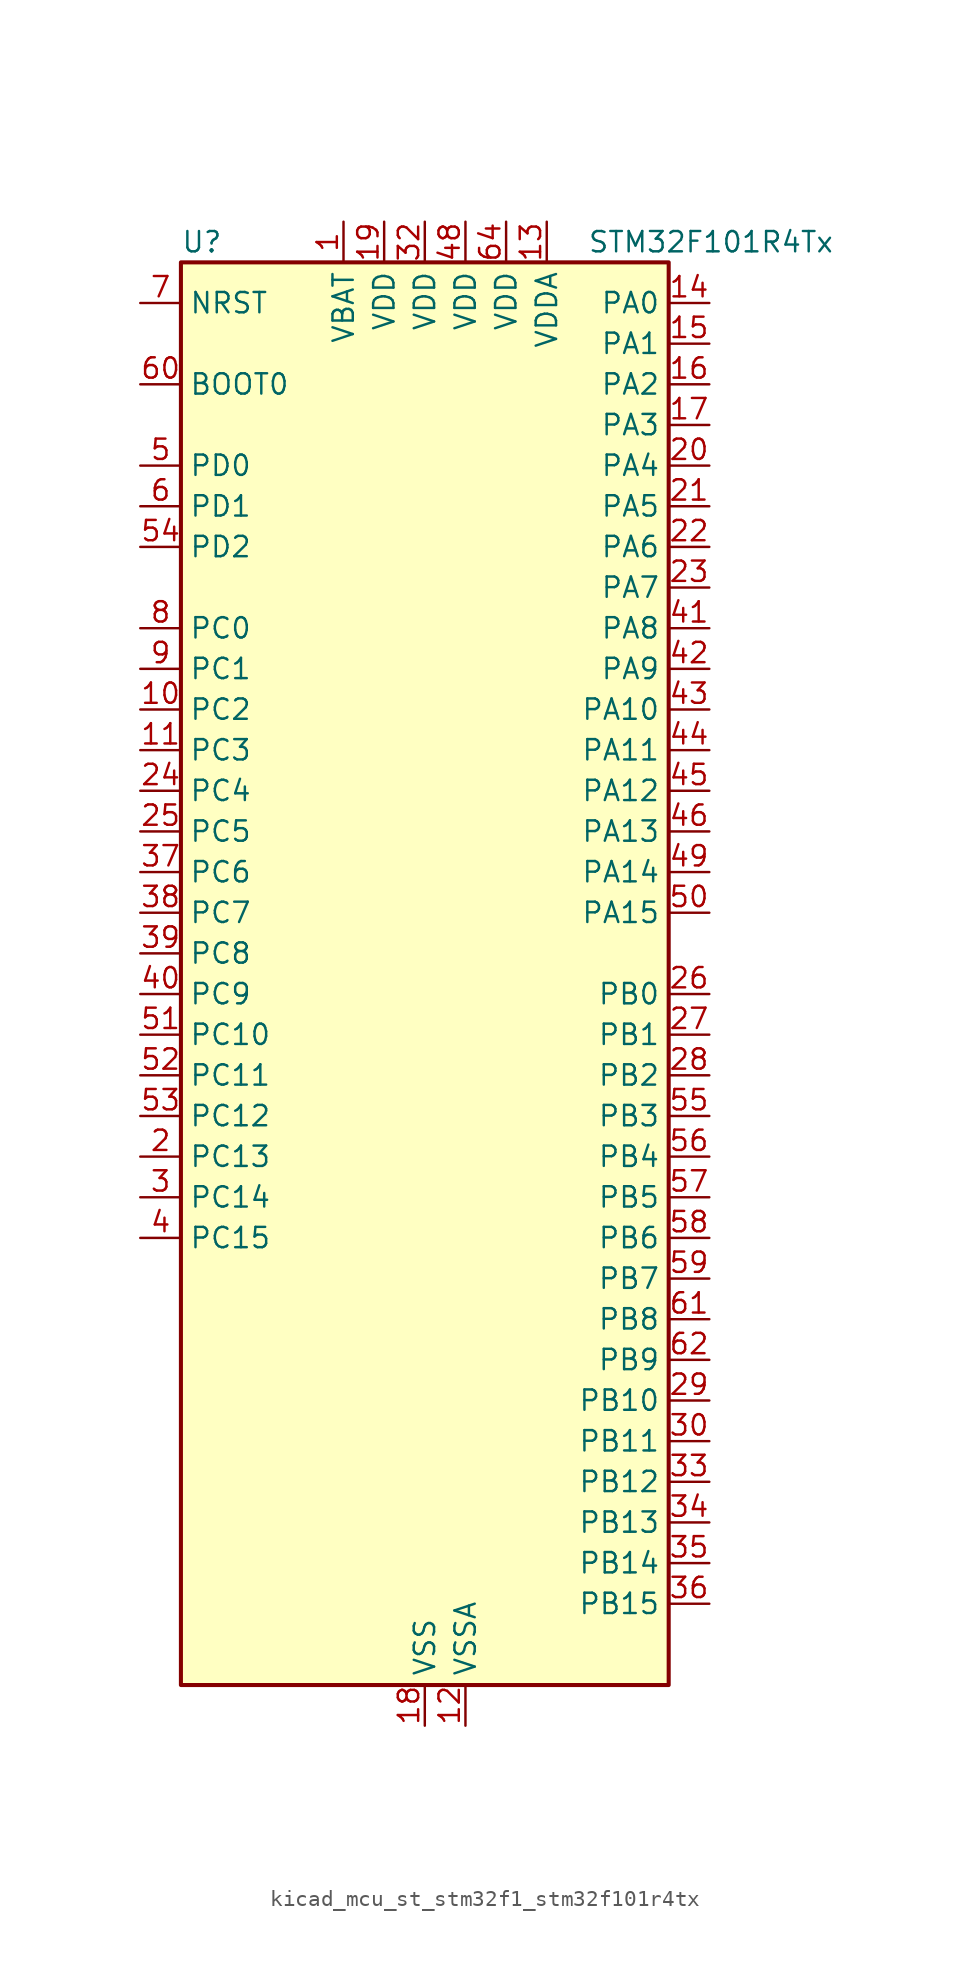
<source format=kicad_sym>
(kicad_symbol_lib
  (version 20220914)
  (generator kicad_symbol_editor)
  (symbol "kicad_mcu_st_stm32f1_stm32f101r4tx"
    (property "Reference" "U"
      (at -15.24 46.99 0)
      (effects (font (size 1.27 1.27)) (justify left)))
    (property "Value" "STM32F101R4Tx"
      (at 10.16 46.99 0)
      (effects (font (size 1.27 1.27)) (justify left)))
    (property "ki_locked" ""
      (at 0 0 0)
      (effects (font (size 1.27 1.27))))
    (symbol "kicad_mcu_st_stm32f1_stm32f101r4tx_0_1"
      (rectangle (start -15.24 -43.18) (end 15.24 45.72) (stroke (width 0.254) (type default)) (fill (type background))))
    (symbol "kicad_mcu_st_stm32f1_stm32f101r4tx_1_1"
      (pin power_in line (at -5.08 48.26 270) (length 2.54) (name "VBAT" (effects (font (size 1.27 1.27)))) (number "1" (effects (font (size 1.27 1.27)))))
      (pin bidirectional line (at -17.78 17.78 0) (length 2.54) (name "PC2" (effects (font (size 1.27 1.27)))) (number "10" (effects (font (size 1.27 1.27)))) (alternate "ADC1_IN12" bidirectional line))
      (pin bidirectional line (at -17.78 15.24 0) (length 2.54) (name "PC3" (effects (font (size 1.27 1.27)))) (number "11" (effects (font (size 1.27 1.27)))) (alternate "ADC1_IN13" bidirectional line))
      (pin power_in line (at 2.54 -45.72 90) (length 2.54) (name "VSSA" (effects (font (size 1.27 1.27)))) (number "12" (effects (font (size 1.27 1.27)))))
      (pin power_in line (at 7.62 48.26 270) (length 2.54) (name "VDDA" (effects (font (size 1.27 1.27)))) (number "13" (effects (font (size 1.27 1.27)))))
      (pin bidirectional line (at 17.78 43.18 180) (length 2.54) (name "PA0" (effects (font (size 1.27 1.27)))) (number "14" (effects (font (size 1.27 1.27)))) (alternate "ADC1_IN0" bidirectional line) (alternate "SYS_WKUP" bidirectional line) (alternate "TIM2_CH1" bidirectional line) (alternate "TIM2_ETR" bidirectional line) (alternate "USART2_CTS" bidirectional line))
      (pin bidirectional line (at 17.78 40.64 180) (length 2.54) (name "PA1" (effects (font (size 1.27 1.27)))) (number "15" (effects (font (size 1.27 1.27)))) (alternate "ADC1_IN1" bidirectional line) (alternate "TIM2_CH2" bidirectional line) (alternate "USART2_RTS" bidirectional line))
      (pin bidirectional line (at 17.78 38.1 180) (length 2.54) (name "PA2" (effects (font (size 1.27 1.27)))) (number "16" (effects (font (size 1.27 1.27)))) (alternate "ADC1_IN2" bidirectional line) (alternate "TIM2_CH3" bidirectional line) (alternate "USART2_TX" bidirectional line))
      (pin bidirectional line (at 17.78 35.56 180) (length 2.54) (name "PA3" (effects (font (size 1.27 1.27)))) (number "17" (effects (font (size 1.27 1.27)))) (alternate "ADC1_IN3" bidirectional line) (alternate "TIM2_CH4" bidirectional line) (alternate "USART2_RX" bidirectional line))
      (pin power_in line (at 0 -45.72 90) (length 2.54) (name "VSS" (effects (font (size 1.27 1.27)))) (number "18" (effects (font (size 1.27 1.27)))))
      (pin power_in line (at -2.54 48.26 270) (length 2.54) (name "VDD" (effects (font (size 1.27 1.27)))) (number "19" (effects (font (size 1.27 1.27)))))
      (pin bidirectional line (at -17.78 -10.16 0) (length 2.54) (name "PC13" (effects (font (size 1.27 1.27)))) (number "2" (effects (font (size 1.27 1.27)))) (alternate "RTC_OUT" bidirectional line) (alternate "RTC_TAMPER" bidirectional line))
      (pin bidirectional line (at 17.78 33.02 180) (length 2.54) (name "PA4" (effects (font (size 1.27 1.27)))) (number "20" (effects (font (size 1.27 1.27)))) (alternate "ADC1_IN4" bidirectional line) (alternate "SPI1_NSS" bidirectional line) (alternate "USART2_CK" bidirectional line))
      (pin bidirectional line (at 17.78 30.48 180) (length 2.54) (name "PA5" (effects (font (size 1.27 1.27)))) (number "21" (effects (font (size 1.27 1.27)))) (alternate "ADC1_IN5" bidirectional line) (alternate "SPI1_SCK" bidirectional line))
      (pin bidirectional line (at 17.78 27.94 180) (length 2.54) (name "PA6" (effects (font (size 1.27 1.27)))) (number "22" (effects (font (size 1.27 1.27)))) (alternate "ADC1_IN6" bidirectional line) (alternate "SPI1_MISO" bidirectional line) (alternate "TIM3_CH1" bidirectional line))
      (pin bidirectional line (at 17.78 25.4 180) (length 2.54) (name "PA7" (effects (font (size 1.27 1.27)))) (number "23" (effects (font (size 1.27 1.27)))) (alternate "ADC1_IN7" bidirectional line) (alternate "SPI1_MOSI" bidirectional line) (alternate "TIM3_CH2" bidirectional line))
      (pin bidirectional line (at -17.78 12.7 0) (length 2.54) (name "PC4" (effects (font (size 1.27 1.27)))) (number "24" (effects (font (size 1.27 1.27)))) (alternate "ADC1_IN14" bidirectional line))
      (pin bidirectional line (at -17.78 10.16 0) (length 2.54) (name "PC5" (effects (font (size 1.27 1.27)))) (number "25" (effects (font (size 1.27 1.27)))) (alternate "ADC1_IN15" bidirectional line))
      (pin bidirectional line (at 17.78 0 180) (length 2.54) (name "PB0" (effects (font (size 1.27 1.27)))) (number "26" (effects (font (size 1.27 1.27)))) (alternate "ADC1_IN8" bidirectional line) (alternate "TIM3_CH3" bidirectional line))
      (pin bidirectional line (at 17.78 -2.54 180) (length 2.54) (name "PB1" (effects (font (size 1.27 1.27)))) (number "27" (effects (font (size 1.27 1.27)))) (alternate "ADC1_IN9" bidirectional line) (alternate "TIM3_CH4" bidirectional line))
      (pin bidirectional line (at 17.78 -5.08 180) (length 2.54) (name "PB2" (effects (font (size 1.27 1.27)))) (number "28" (effects (font (size 1.27 1.27)))))
      (pin bidirectional line (at 17.78 -25.4 180) (length 2.54) (name "PB10" (effects (font (size 1.27 1.27)))) (number "29" (effects (font (size 1.27 1.27)))) (alternate "TIM2_CH3" bidirectional line))
      (pin bidirectional line (at -17.78 -12.7 0) (length 2.54) (name "PC14" (effects (font (size 1.27 1.27)))) (number "3" (effects (font (size 1.27 1.27)))) (alternate "RCC_OSC32_IN" bidirectional line))
      (pin bidirectional line (at 17.78 -27.94 180) (length 2.54) (name "PB11" (effects (font (size 1.27 1.27)))) (number "30" (effects (font (size 1.27 1.27)))) (alternate "ADC1_EXTI11" bidirectional line) (alternate "TIM2_CH4" bidirectional line))
      (pin passive line (at 0 -45.72 90) (length 2.54) hide (name "VSS" (effects (font (size 1.27 1.27)))) (number "31" (effects (font (size 1.27 1.27)))))
      (pin power_in line (at 0 48.26 270) (length 2.54) (name "VDD" (effects (font (size 1.27 1.27)))) (number "32" (effects (font (size 1.27 1.27)))))
      (pin bidirectional line (at 17.78 -30.48 180) (length 2.54) (name "PB12" (effects (font (size 1.27 1.27)))) (number "33" (effects (font (size 1.27 1.27)))))
      (pin bidirectional line (at 17.78 -33.02 180) (length 2.54) (name "PB13" (effects (font (size 1.27 1.27)))) (number "34" (effects (font (size 1.27 1.27)))))
      (pin bidirectional line (at 17.78 -35.56 180) (length 2.54) (name "PB14" (effects (font (size 1.27 1.27)))) (number "35" (effects (font (size 1.27 1.27)))))
      (pin bidirectional line (at 17.78 -38.1 180) (length 2.54) (name "PB15" (effects (font (size 1.27 1.27)))) (number "36" (effects (font (size 1.27 1.27)))) (alternate "ADC1_EXTI15" bidirectional line))
      (pin bidirectional line (at -17.78 7.62 0) (length 2.54) (name "PC6" (effects (font (size 1.27 1.27)))) (number "37" (effects (font (size 1.27 1.27)))) (alternate "TIM3_CH1" bidirectional line))
      (pin bidirectional line (at -17.78 5.08 0) (length 2.54) (name "PC7" (effects (font (size 1.27 1.27)))) (number "38" (effects (font (size 1.27 1.27)))) (alternate "TIM3_CH2" bidirectional line))
      (pin bidirectional line (at -17.78 2.54 0) (length 2.54) (name "PC8" (effects (font (size 1.27 1.27)))) (number "39" (effects (font (size 1.27 1.27)))) (alternate "TIM3_CH3" bidirectional line))
      (pin bidirectional line (at -17.78 -15.24 0) (length 2.54) (name "PC15" (effects (font (size 1.27 1.27)))) (number "4" (effects (font (size 1.27 1.27)))) (alternate "ADC1_EXTI15" bidirectional line) (alternate "RCC_OSC32_OUT" bidirectional line))
      (pin bidirectional line (at -17.78 0 0) (length 2.54) (name "PC9" (effects (font (size 1.27 1.27)))) (number "40" (effects (font (size 1.27 1.27)))) (alternate "TIM3_CH4" bidirectional line))
      (pin bidirectional line (at 17.78 22.86 180) (length 2.54) (name "PA8" (effects (font (size 1.27 1.27)))) (number "41" (effects (font (size 1.27 1.27)))) (alternate "RCC_MCO" bidirectional line) (alternate "USART1_CK" bidirectional line))
      (pin bidirectional line (at 17.78 20.32 180) (length 2.54) (name "PA9" (effects (font (size 1.27 1.27)))) (number "42" (effects (font (size 1.27 1.27)))) (alternate "USART1_TX" bidirectional line))
      (pin bidirectional line (at 17.78 17.78 180) (length 2.54) (name "PA10" (effects (font (size 1.27 1.27)))) (number "43" (effects (font (size 1.27 1.27)))) (alternate "USART1_RX" bidirectional line))
      (pin bidirectional line (at 17.78 15.24 180) (length 2.54) (name "PA11" (effects (font (size 1.27 1.27)))) (number "44" (effects (font (size 1.27 1.27)))) (alternate "ADC1_EXTI11" bidirectional line) (alternate "USART1_CTS" bidirectional line))
      (pin bidirectional line (at 17.78 12.7 180) (length 2.54) (name "PA12" (effects (font (size 1.27 1.27)))) (number "45" (effects (font (size 1.27 1.27)))) (alternate "USART1_RTS" bidirectional line))
      (pin bidirectional line (at 17.78 10.16 180) (length 2.54) (name "PA13" (effects (font (size 1.27 1.27)))) (number "46" (effects (font (size 1.27 1.27)))) (alternate "SYS_JTMS-SWDIO" bidirectional line))
      (pin passive line (at 0 -45.72 90) (length 2.54) hide (name "VSS" (effects (font (size 1.27 1.27)))) (number "47" (effects (font (size 1.27 1.27)))))
      (pin power_in line (at 2.54 48.26 270) (length 2.54) (name "VDD" (effects (font (size 1.27 1.27)))) (number "48" (effects (font (size 1.27 1.27)))))
      (pin bidirectional line (at 17.78 7.62 180) (length 2.54) (name "PA14" (effects (font (size 1.27 1.27)))) (number "49" (effects (font (size 1.27 1.27)))) (alternate "SYS_JTCK-SWCLK" bidirectional line))
      (pin bidirectional line (at -17.78 33.02 0) (length 2.54) (name "PD0" (effects (font (size 1.27 1.27)))) (number "5" (effects (font (size 1.27 1.27)))) (alternate "RCC_OSC_IN" bidirectional line))
      (pin bidirectional line (at 17.78 5.08 180) (length 2.54) (name "PA15" (effects (font (size 1.27 1.27)))) (number "50" (effects (font (size 1.27 1.27)))) (alternate "ADC1_EXTI15" bidirectional line) (alternate "SPI1_NSS" bidirectional line) (alternate "SYS_JTDI" bidirectional line) (alternate "TIM2_CH1" bidirectional line) (alternate "TIM2_ETR" bidirectional line))
      (pin bidirectional line (at -17.78 -2.54 0) (length 2.54) (name "PC10" (effects (font (size 1.27 1.27)))) (number "51" (effects (font (size 1.27 1.27)))))
      (pin bidirectional line (at -17.78 -5.08 0) (length 2.54) (name "PC11" (effects (font (size 1.27 1.27)))) (number "52" (effects (font (size 1.27 1.27)))) (alternate "ADC1_EXTI11" bidirectional line))
      (pin bidirectional line (at -17.78 -7.62 0) (length 2.54) (name "PC12" (effects (font (size 1.27 1.27)))) (number "53" (effects (font (size 1.27 1.27)))))
      (pin bidirectional line (at -17.78 27.94 0) (length 2.54) (name "PD2" (effects (font (size 1.27 1.27)))) (number "54" (effects (font (size 1.27 1.27)))) (alternate "TIM3_ETR" bidirectional line))
      (pin bidirectional line (at 17.78 -7.62 180) (length 2.54) (name "PB3" (effects (font (size 1.27 1.27)))) (number "55" (effects (font (size 1.27 1.27)))) (alternate "SPI1_SCK" bidirectional line) (alternate "SYS_JTDO-TRACESWO" bidirectional line) (alternate "TIM2_CH2" bidirectional line))
      (pin bidirectional line (at 17.78 -10.16 180) (length 2.54) (name "PB4" (effects (font (size 1.27 1.27)))) (number "56" (effects (font (size 1.27 1.27)))) (alternate "SPI1_MISO" bidirectional line) (alternate "SYS_NJTRST" bidirectional line) (alternate "TIM3_CH1" bidirectional line))
      (pin bidirectional line (at 17.78 -12.7 180) (length 2.54) (name "PB5" (effects (font (size 1.27 1.27)))) (number "57" (effects (font (size 1.27 1.27)))) (alternate "I2C1_SMBA" bidirectional line) (alternate "SPI1_MOSI" bidirectional line) (alternate "TIM3_CH2" bidirectional line))
      (pin bidirectional line (at 17.78 -15.24 180) (length 2.54) (name "PB6" (effects (font (size 1.27 1.27)))) (number "58" (effects (font (size 1.27 1.27)))) (alternate "I2C1_SCL" bidirectional line) (alternate "USART1_TX" bidirectional line))
      (pin bidirectional line (at 17.78 -17.78 180) (length 2.54) (name "PB7" (effects (font (size 1.27 1.27)))) (number "59" (effects (font (size 1.27 1.27)))) (alternate "I2C1_SDA" bidirectional line) (alternate "USART1_RX" bidirectional line))
      (pin bidirectional line (at -17.78 30.48 0) (length 2.54) (name "PD1" (effects (font (size 1.27 1.27)))) (number "6" (effects (font (size 1.27 1.27)))) (alternate "RCC_OSC_OUT" bidirectional line))
      (pin input line (at -17.78 38.1 0) (length 2.54) (name "BOOT0" (effects (font (size 1.27 1.27)))) (number "60" (effects (font (size 1.27 1.27)))))
      (pin bidirectional line (at 17.78 -20.32 180) (length 2.54) (name "PB8" (effects (font (size 1.27 1.27)))) (number "61" (effects (font (size 1.27 1.27)))) (alternate "I2C1_SCL" bidirectional line))
      (pin bidirectional line (at 17.78 -22.86 180) (length 2.54) (name "PB9" (effects (font (size 1.27 1.27)))) (number "62" (effects (font (size 1.27 1.27)))) (alternate "I2C1_SDA" bidirectional line))
      (pin passive line (at 0 -45.72 90) (length 2.54) hide (name "VSS" (effects (font (size 1.27 1.27)))) (number "63" (effects (font (size 1.27 1.27)))))
      (pin power_in line (at 5.08 48.26 270) (length 2.54) (name "VDD" (effects (font (size 1.27 1.27)))) (number "64" (effects (font (size 1.27 1.27)))))
      (pin input line (at -17.78 43.18 0) (length 2.54) (name "NRST" (effects (font (size 1.27 1.27)))) (number "7" (effects (font (size 1.27 1.27)))))
      (pin bidirectional line (at -17.78 22.86 0) (length 2.54) (name "PC0" (effects (font (size 1.27 1.27)))) (number "8" (effects (font (size 1.27 1.27)))) (alternate "ADC1_IN10" bidirectional line))
      (pin bidirectional line (at -17.78 20.32 0) (length 2.54) (name "PC1" (effects (font (size 1.27 1.27)))) (number "9" (effects (font (size 1.27 1.27)))) (alternate "ADC1_IN11" bidirectional line)))))
</source>
